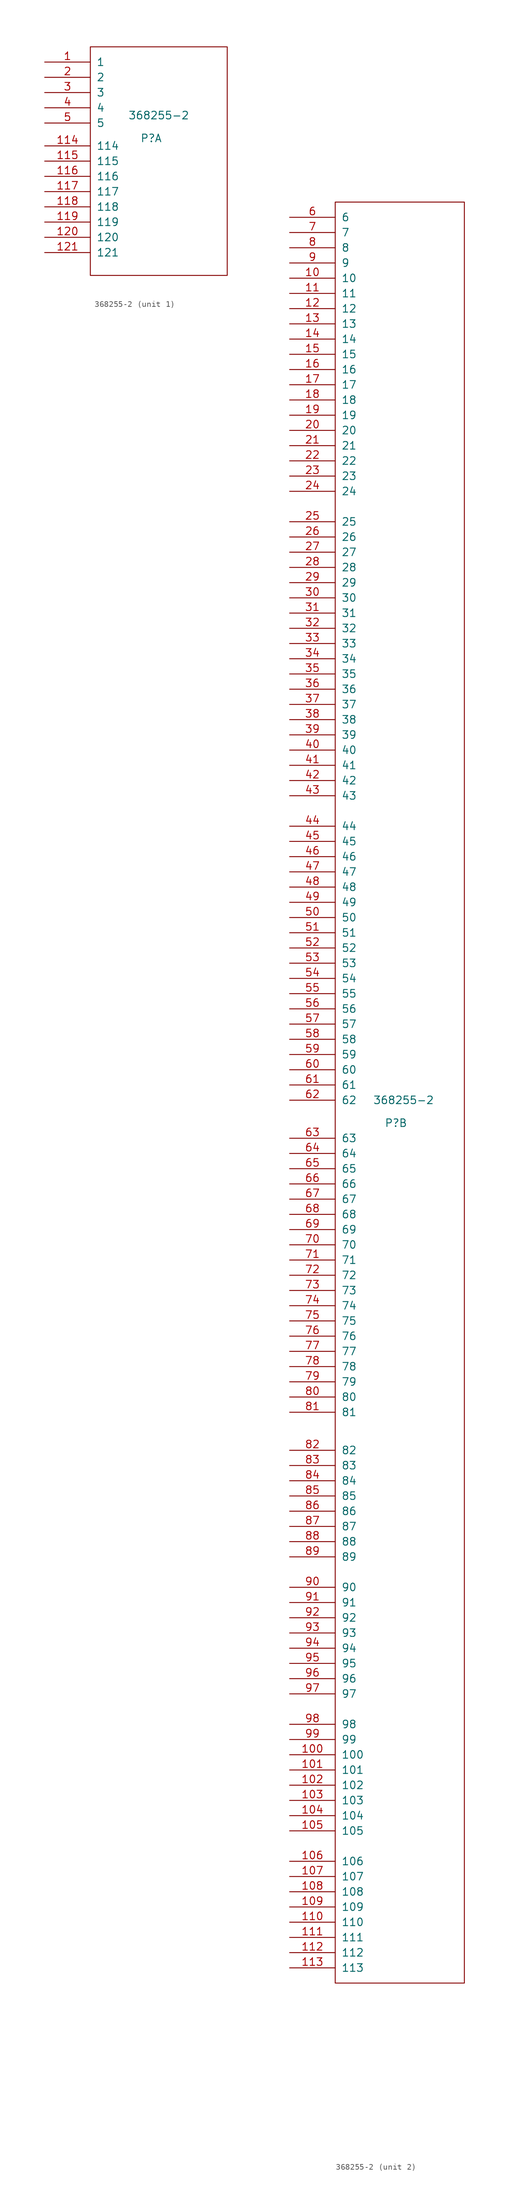
<source format=kicad_sym>
(kicad_symbol_lib
  (version 20201005)
  (generator kicad_symbol_editor)
  (symbol "368255-2"
    (pin_names
      (offset 1.016))
    (property "Reference" "P"
      (at -1.27 0 0)
      (effects (font (size 1.27 1.27))))
    (property "Value" "368255-2"
      (at 0 3.81 0)
      (effects (font (size 1.27 1.27))))
    (symbol "368255-2_1_0"
      (rectangle (start -11.43 -22.86) (end 11.43 15.24) (stroke (width 0)) (fill (type none))))
    (symbol "368255-2_1_1"
      (pin passive line (at -19.05 12.7 0) (length 7.62) (name "1" (effects (font (size 1.27 1.27)))) (number "1" (effects (font (size 1.27 1.27)))))
      (pin passive line (at -19.05 10.16 0) (length 7.62) (name "2" (effects (font (size 1.27 1.27)))) (number "2" (effects (font (size 1.27 1.27)))))
      (pin passive line (at -19.05 7.62 0) (length 7.62) (name "3" (effects (font (size 1.27 1.27)))) (number "3" (effects (font (size 1.27 1.27)))))
      (pin passive line (at -19.05 5.08 0) (length 7.62) (name "4" (effects (font (size 1.27 1.27)))) (number "4" (effects (font (size 1.27 1.27)))))
      (pin passive line (at -19.05 2.54 0) (length 7.62) (name "5" (effects (font (size 1.27 1.27)))) (number "5" (effects (font (size 1.27 1.27)))))
      (pin passive line (at -19.05 -16.51 0) (length 7.62) (name "120" (effects (font (size 1.27 1.27)))) (number "120" (effects (font (size 1.27 1.27)))))
      (pin passive line (at -19.05 -19.05 0) (length 7.62) (name "121" (effects (font (size 1.27 1.27)))) (number "121" (effects (font (size 1.27 1.27)))))
      (pin passive line (at -19.05 -1.27 0) (length 7.62) (name "114" (effects (font (size 1.27 1.27)))) (number "114" (effects (font (size 1.27 1.27)))))
      (pin passive line (at -19.05 -3.81 0) (length 7.62) (name "115" (effects (font (size 1.27 1.27)))) (number "115" (effects (font (size 1.27 1.27)))))
      (pin passive line (at -19.05 -6.35 0) (length 7.62) (name "116" (effects (font (size 1.27 1.27)))) (number "116" (effects (font (size 1.27 1.27)))))
      (pin passive line (at -19.05 -8.89 0) (length 7.62) (name "117" (effects (font (size 1.27 1.27)))) (number "117" (effects (font (size 1.27 1.27)))))
      (pin passive line (at -19.05 -11.43 0) (length 7.62) (name "118" (effects (font (size 1.27 1.27)))) (number "118" (effects (font (size 1.27 1.27)))))
      (pin passive line (at -19.05 -13.97 0) (length 7.62) (name "119" (effects (font (size 1.27 1.27)))) (number "119" (effects (font (size 1.27 1.27))))))
    (symbol "368255-2_2_1"
      (rectangle (start -11.43 -143.51) (end 10.16 153.67) (stroke (width 0)) (fill (type none)))
      (pin passive line (at -19.05 151.13 0) (length 7.62) (name "6" (effects (font (size 1.27 1.27)))) (number "6" (effects (font (size 1.27 1.27)))))
      (pin passive line (at -19.05 148.59 0) (length 7.62) (name "7" (effects (font (size 1.27 1.27)))) (number "7" (effects (font (size 1.27 1.27)))))
      (pin passive line (at -19.05 146.05 0) (length 7.62) (name "8" (effects (font (size 1.27 1.27)))) (number "8" (effects (font (size 1.27 1.27)))))
      (pin passive line (at -19.05 143.51 0) (length 7.62) (name "9" (effects (font (size 1.27 1.27)))) (number "9" (effects (font (size 1.27 1.27)))))
      (pin passive line (at -19.05 140.97 0) (length 7.62) (name "10" (effects (font (size 1.27 1.27)))) (number "10" (effects (font (size 1.27 1.27)))))
      (pin passive line (at -19.05 115.57 0) (length 7.62) (name "20" (effects (font (size 1.27 1.27)))) (number "20" (effects (font (size 1.27 1.27)))))
      (pin passive line (at -19.05 87.63 0) (length 7.62) (name "30" (effects (font (size 1.27 1.27)))) (number "30" (effects (font (size 1.27 1.27)))))
      (pin passive line (at -19.05 62.23 0) (length 7.62) (name "40" (effects (font (size 1.27 1.27)))) (number "40" (effects (font (size 1.27 1.27)))))
      (pin input line (at -19.05 34.29 0) (length 7.62) (name "50" (effects (font (size 1.27 1.27)))) (number "50" (effects (font (size 1.27 1.27)))))
      (pin passive line (at -19.05 8.89 0) (length 7.62) (name "60" (effects (font (size 1.27 1.27)))) (number "60" (effects (font (size 1.27 1.27)))))
      (pin input line (at -19.05 -20.32 0) (length 7.62) (name "70" (effects (font (size 1.27 1.27)))) (number "70" (effects (font (size 1.27 1.27)))))
      (pin passive line (at -19.05 -45.72 0) (length 7.62) (name "80" (effects (font (size 1.27 1.27)))) (number "80" (effects (font (size 1.27 1.27)))))
      (pin passive line (at -19.05 -77.47 0) (length 7.62) (name "90" (effects (font (size 1.27 1.27)))) (number "90" (effects (font (size 1.27 1.27)))))
      (pin passive line (at -19.05 138.43 0) (length 7.62) (name "11" (effects (font (size 1.27 1.27)))) (number "11" (effects (font (size 1.27 1.27)))))
      (pin passive line (at -19.05 113.03 0) (length 7.62) (name "21" (effects (font (size 1.27 1.27)))) (number "21" (effects (font (size 1.27 1.27)))))
      (pin passive line (at -19.05 85.09 0) (length 7.62) (name "31" (effects (font (size 1.27 1.27)))) (number "31" (effects (font (size 1.27 1.27)))))
      (pin passive line (at -19.05 59.69 0) (length 7.62) (name "41" (effects (font (size 1.27 1.27)))) (number "41" (effects (font (size 1.27 1.27)))))
      (pin passive line (at -19.05 31.75 0) (length 7.62) (name "51" (effects (font (size 1.27 1.27)))) (number "51" (effects (font (size 1.27 1.27)))))
      (pin passive line (at -19.05 6.35 0) (length 7.62) (name "61" (effects (font (size 1.27 1.27)))) (number "61" (effects (font (size 1.27 1.27)))))
      (pin passive line (at -19.05 -22.86 0) (length 7.62) (name "71" (effects (font (size 1.27 1.27)))) (number "71" (effects (font (size 1.27 1.27)))))
      (pin passive line (at -19.05 -48.26 0) (length 7.62) (name "81" (effects (font (size 1.27 1.27)))) (number "81" (effects (font (size 1.27 1.27)))))
      (pin passive line (at -19.05 -80.01 0) (length 7.62) (name "91" (effects (font (size 1.27 1.27)))) (number "91" (effects (font (size 1.27 1.27)))))
      (pin passive line (at -19.05 135.89 0) (length 7.62) (name "12" (effects (font (size 1.27 1.27)))) (number "12" (effects (font (size 1.27 1.27)))))
      (pin passive line (at -19.05 110.49 0) (length 7.62) (name "22" (effects (font (size 1.27 1.27)))) (number "22" (effects (font (size 1.27 1.27)))))
      (pin passive line (at -19.05 82.55 0) (length 7.62) (name "32" (effects (font (size 1.27 1.27)))) (number "32" (effects (font (size 1.27 1.27)))))
      (pin passive line (at -19.05 57.15 0) (length 7.62) (name "42" (effects (font (size 1.27 1.27)))) (number "42" (effects (font (size 1.27 1.27)))))
      (pin passive line (at -19.05 29.21 0) (length 7.62) (name "52" (effects (font (size 1.27 1.27)))) (number "52" (effects (font (size 1.27 1.27)))))
      (pin passive line (at -19.05 3.81 0) (length 7.62) (name "62" (effects (font (size 1.27 1.27)))) (number "62" (effects (font (size 1.27 1.27)))))
      (pin passive line (at -19.05 -25.4 0) (length 7.62) (name "72" (effects (font (size 1.27 1.27)))) (number "72" (effects (font (size 1.27 1.27)))))
      (pin passive line (at -19.05 -54.61 0) (length 7.62) (name "82" (effects (font (size 1.27 1.27)))) (number "82" (effects (font (size 1.27 1.27)))))
      (pin passive line (at -19.05 -82.55 0) (length 7.62) (name "92" (effects (font (size 1.27 1.27)))) (number "92" (effects (font (size 1.27 1.27)))))
      (pin passive line (at -19.05 133.35 0) (length 7.62) (name "13" (effects (font (size 1.27 1.27)))) (number "13" (effects (font (size 1.27 1.27)))))
      (pin passive line (at -19.05 107.95 0) (length 7.62) (name "23" (effects (font (size 1.27 1.27)))) (number "23" (effects (font (size 1.27 1.27)))))
      (pin passive line (at -19.05 80.01 0) (length 7.62) (name "33" (effects (font (size 1.27 1.27)))) (number "33" (effects (font (size 1.27 1.27)))))
      (pin passive line (at -19.05 54.61 0) (length 7.62) (name "43" (effects (font (size 1.27 1.27)))) (number "43" (effects (font (size 1.27 1.27)))))
      (pin passive line (at -19.05 26.67 0) (length 7.62) (name "53" (effects (font (size 1.27 1.27)))) (number "53" (effects (font (size 1.27 1.27)))))
      (pin passive line (at -19.05 -2.54 0) (length 7.62) (name "63" (effects (font (size 1.27 1.27)))) (number "63" (effects (font (size 1.27 1.27)))))
      (pin passive line (at -19.05 -27.94 0) (length 7.62) (name "73" (effects (font (size 1.27 1.27)))) (number "73" (effects (font (size 1.27 1.27)))))
      (pin passive line (at -19.05 -57.15 0) (length 7.62) (name "83" (effects (font (size 1.27 1.27)))) (number "83" (effects (font (size 1.27 1.27)))))
      (pin passive line (at -19.05 -85.09 0) (length 7.62) (name "93" (effects (font (size 1.27 1.27)))) (number "93" (effects (font (size 1.27 1.27)))))
      (pin passive line (at -19.05 130.81 0) (length 7.62) (name "14" (effects (font (size 1.27 1.27)))) (number "14" (effects (font (size 1.27 1.27)))))
      (pin passive line (at -19.05 105.41 0) (length 7.62) (name "24" (effects (font (size 1.27 1.27)))) (number "24" (effects (font (size 1.27 1.27)))))
      (pin passive line (at -19.05 77.47 0) (length 7.62) (name "34" (effects (font (size 1.27 1.27)))) (number "34" (effects (font (size 1.27 1.27)))))
      (pin passive line (at -19.05 49.53 0) (length 7.62) (name "44" (effects (font (size 1.27 1.27)))) (number "44" (effects (font (size 1.27 1.27)))))
      (pin passive line (at -19.05 24.13 0) (length 7.62) (name "54" (effects (font (size 1.27 1.27)))) (number "54" (effects (font (size 1.27 1.27)))))
      (pin passive line (at -19.05 -5.08 0) (length 7.62) (name "64" (effects (font (size 1.27 1.27)))) (number "64" (effects (font (size 1.27 1.27)))))
      (pin passive line (at -19.05 -30.48 0) (length 7.62) (name "74" (effects (font (size 1.27 1.27)))) (number "74" (effects (font (size 1.27 1.27)))))
      (pin passive line (at -19.05 -59.69 0) (length 7.62) (name "84" (effects (font (size 1.27 1.27)))) (number "84" (effects (font (size 1.27 1.27)))))
      (pin passive line (at -19.05 -87.63 0) (length 7.62) (name "94" (effects (font (size 1.27 1.27)))) (number "94" (effects (font (size 1.27 1.27)))))
      (pin passive line (at -19.05 128.27 0) (length 7.62) (name "15" (effects (font (size 1.27 1.27)))) (number "15" (effects (font (size 1.27 1.27)))))
      (pin passive line (at -19.05 100.33 0) (length 7.62) (name "25" (effects (font (size 1.27 1.27)))) (number "25" (effects (font (size 1.27 1.27)))))
      (pin passive line (at -19.05 74.93 0) (length 7.62) (name "35" (effects (font (size 1.27 1.27)))) (number "35" (effects (font (size 1.27 1.27)))))
      (pin passive line (at -19.05 46.99 0) (length 7.62) (name "45" (effects (font (size 1.27 1.27)))) (number "45" (effects (font (size 1.27 1.27)))))
      (pin passive line (at -19.05 21.59 0) (length 7.62) (name "55" (effects (font (size 1.27 1.27)))) (number "55" (effects (font (size 1.27 1.27)))))
      (pin input line (at -19.05 -7.62 0) (length 7.62) (name "65" (effects (font (size 1.27 1.27)))) (number "65" (effects (font (size 1.27 1.27)))))
      (pin passive line (at -19.05 -33.02 0) (length 7.62) (name "75" (effects (font (size 1.27 1.27)))) (number "75" (effects (font (size 1.27 1.27)))))
      (pin passive line (at -19.05 -62.23 0) (length 7.62) (name "85" (effects (font (size 1.27 1.27)))) (number "85" (effects (font (size 1.27 1.27)))))
      (pin passive line (at -19.05 -90.17 0) (length 7.62) (name "95" (effects (font (size 1.27 1.27)))) (number "95" (effects (font (size 1.27 1.27)))))
      (pin passive line (at -19.05 125.73 0) (length 7.62) (name "16" (effects (font (size 1.27 1.27)))) (number "16" (effects (font (size 1.27 1.27)))))
      (pin passive line (at -19.05 97.79 0) (length 7.62) (name "26" (effects (font (size 1.27 1.27)))) (number "26" (effects (font (size 1.27 1.27)))))
      (pin passive line (at -19.05 72.39 0) (length 7.62) (name "36" (effects (font (size 1.27 1.27)))) (number "36" (effects (font (size 1.27 1.27)))))
      (pin input line (at -19.05 44.45 0) (length 7.62) (name "46" (effects (font (size 1.27 1.27)))) (number "46" (effects (font (size 1.27 1.27)))))
      (pin passive line (at -19.05 19.05 0) (length 7.62) (name "56" (effects (font (size 1.27 1.27)))) (number "56" (effects (font (size 1.27 1.27)))))
      (pin input line (at -19.05 -10.16 0) (length 7.62) (name "66" (effects (font (size 1.27 1.27)))) (number "66" (effects (font (size 1.27 1.27)))))
      (pin passive line (at -19.05 -35.56 0) (length 7.62) (name "76" (effects (font (size 1.27 1.27)))) (number "76" (effects (font (size 1.27 1.27)))))
      (pin passive line (at -19.05 -64.77 0) (length 7.62) (name "86" (effects (font (size 1.27 1.27)))) (number "86" (effects (font (size 1.27 1.27)))))
      (pin passive line (at -19.05 -92.71 0) (length 7.62) (name "96" (effects (font (size 1.27 1.27)))) (number "96" (effects (font (size 1.27 1.27)))))
      (pin passive line (at -19.05 123.19 0) (length 7.62) (name "17" (effects (font (size 1.27 1.27)))) (number "17" (effects (font (size 1.27 1.27)))))
      (pin passive line (at -19.05 95.25 0) (length 7.62) (name "27" (effects (font (size 1.27 1.27)))) (number "27" (effects (font (size 1.27 1.27)))))
      (pin passive line (at -19.05 69.85 0) (length 7.62) (name "37" (effects (font (size 1.27 1.27)))) (number "37" (effects (font (size 1.27 1.27)))))
      (pin input line (at -19.05 41.91 0) (length 7.62) (name "47" (effects (font (size 1.27 1.27)))) (number "47" (effects (font (size 1.27 1.27)))))
      (pin passive line (at -19.05 16.51 0) (length 7.62) (name "57" (effects (font (size 1.27 1.27)))) (number "57" (effects (font (size 1.27 1.27)))))
      (pin input line (at -19.05 -12.7 0) (length 7.62) (name "67" (effects (font (size 1.27 1.27)))) (number "67" (effects (font (size 1.27 1.27)))))
      (pin passive line (at -19.05 -38.1 0) (length 7.62) (name "77" (effects (font (size 1.27 1.27)))) (number "77" (effects (font (size 1.27 1.27)))))
      (pin passive line (at -19.05 -67.31 0) (length 7.62) (name "87" (effects (font (size 1.27 1.27)))) (number "87" (effects (font (size 1.27 1.27)))))
      (pin passive line (at -19.05 -95.25 0) (length 7.62) (name "97" (effects (font (size 1.27 1.27)))) (number "97" (effects (font (size 1.27 1.27)))))
      (pin passive line (at -19.05 120.65 0) (length 7.62) (name "18" (effects (font (size 1.27 1.27)))) (number "18" (effects (font (size 1.27 1.27)))))
      (pin passive line (at -19.05 92.71 0) (length 7.62) (name "28" (effects (font (size 1.27 1.27)))) (number "28" (effects (font (size 1.27 1.27)))))
      (pin passive line (at -19.05 67.31 0) (length 7.62) (name "38" (effects (font (size 1.27 1.27)))) (number "38" (effects (font (size 1.27 1.27)))))
      (pin input line (at -19.05 39.37 0) (length 7.62) (name "48" (effects (font (size 1.27 1.27)))) (number "48" (effects (font (size 1.27 1.27)))))
      (pin passive line (at -19.05 13.97 0) (length 7.62) (name "58" (effects (font (size 1.27 1.27)))) (number "58" (effects (font (size 1.27 1.27)))))
      (pin input line (at -19.05 -15.24 0) (length 7.62) (name "68" (effects (font (size 1.27 1.27)))) (number "68" (effects (font (size 1.27 1.27)))))
      (pin passive line (at -19.05 -40.64 0) (length 7.62) (name "78" (effects (font (size 1.27 1.27)))) (number "78" (effects (font (size 1.27 1.27)))))
      (pin passive line (at -19.05 -69.85 0) (length 7.62) (name "88" (effects (font (size 1.27 1.27)))) (number "88" (effects (font (size 1.27 1.27)))))
      (pin passive line (at -19.05 -100.33 0) (length 7.62) (name "98" (effects (font (size 1.27 1.27)))) (number "98" (effects (font (size 1.27 1.27)))))
      (pin passive line (at -19.05 118.11 0) (length 7.62) (name "19" (effects (font (size 1.27 1.27)))) (number "19" (effects (font (size 1.27 1.27)))))
      (pin passive line (at -19.05 90.17 0) (length 7.62) (name "29" (effects (font (size 1.27 1.27)))) (number "29" (effects (font (size 1.27 1.27)))))
      (pin passive line (at -19.05 64.77 0) (length 7.62) (name "39" (effects (font (size 1.27 1.27)))) (number "39" (effects (font (size 1.27 1.27)))))
      (pin input line (at -19.05 36.83 0) (length 7.62) (name "49" (effects (font (size 1.27 1.27)))) (number "49" (effects (font (size 1.27 1.27)))))
      (pin passive line (at -19.05 11.43 0) (length 7.62) (name "59" (effects (font (size 1.27 1.27)))) (number "59" (effects (font (size 1.27 1.27)))))
      (pin input line (at -19.05 -17.78 0) (length 7.62) (name "69" (effects (font (size 1.27 1.27)))) (number "69" (effects (font (size 1.27 1.27)))))
      (pin passive line (at -19.05 -43.18 0) (length 7.62) (name "79" (effects (font (size 1.27 1.27)))) (number "79" (effects (font (size 1.27 1.27)))))
      (pin passive line (at -19.05 -72.39 0) (length 7.62) (name "89" (effects (font (size 1.27 1.27)))) (number "89" (effects (font (size 1.27 1.27)))))
      (pin passive line (at -19.05 -102.87 0) (length 7.62) (name "99" (effects (font (size 1.27 1.27)))) (number "99" (effects (font (size 1.27 1.27)))))
      (pin passive line (at -19.05 -105.41 0) (length 7.62) (name "100" (effects (font (size 1.27 1.27)))) (number "100" (effects (font (size 1.27 1.27)))))
      (pin passive line (at -19.05 -133.35 0) (length 7.62) (name "110" (effects (font (size 1.27 1.27)))) (number "110" (effects (font (size 1.27 1.27)))))
      (pin passive line (at -19.05 -107.95 0) (length 7.62) (name "101" (effects (font (size 1.27 1.27)))) (number "101" (effects (font (size 1.27 1.27)))))
      (pin passive line (at -19.05 -135.89 0) (length 7.62) (name "111" (effects (font (size 1.27 1.27)))) (number "111" (effects (font (size 1.27 1.27)))))
      (pin passive line (at -19.05 -110.49 0) (length 7.62) (name "102" (effects (font (size 1.27 1.27)))) (number "102" (effects (font (size 1.27 1.27)))))
      (pin passive line (at -19.05 -138.43 0) (length 7.62) (name "112" (effects (font (size 1.27 1.27)))) (number "112" (effects (font (size 1.27 1.27)))))
      (pin passive line (at -19.05 -113.03 0) (length 7.62) (name "103" (effects (font (size 1.27 1.27)))) (number "103" (effects (font (size 1.27 1.27)))))
      (pin passive line (at -19.05 -140.97 0) (length 7.62) (name "113" (effects (font (size 1.27 1.27)))) (number "113" (effects (font (size 1.27 1.27)))))
      (pin passive line (at -19.05 -115.57 0) (length 7.62) (name "104" (effects (font (size 1.27 1.27)))) (number "104" (effects (font (size 1.27 1.27)))))
      (pin passive line (at -19.05 -118.11 0) (length 7.62) (name "105" (effects (font (size 1.27 1.27)))) (number "105" (effects (font (size 1.27 1.27)))))
      (pin passive line (at -19.05 -123.19 0) (length 7.62) (name "106" (effects (font (size 1.27 1.27)))) (number "106" (effects (font (size 1.27 1.27)))))
      (pin passive line (at -19.05 -125.73 0) (length 7.62) (name "107" (effects (font (size 1.27 1.27)))) (number "107" (effects (font (size 1.27 1.27)))))
      (pin passive line (at -19.05 -128.27 0) (length 7.62) (name "108" (effects (font (size 1.27 1.27)))) (number "108" (effects (font (size 1.27 1.27)))))
      (pin passive line (at -19.05 -130.81 0) (length 7.62) (name "109" (effects (font (size 1.27 1.27)))) (number "109" (effects (font (size 1.27 1.27))))))))
</source>
